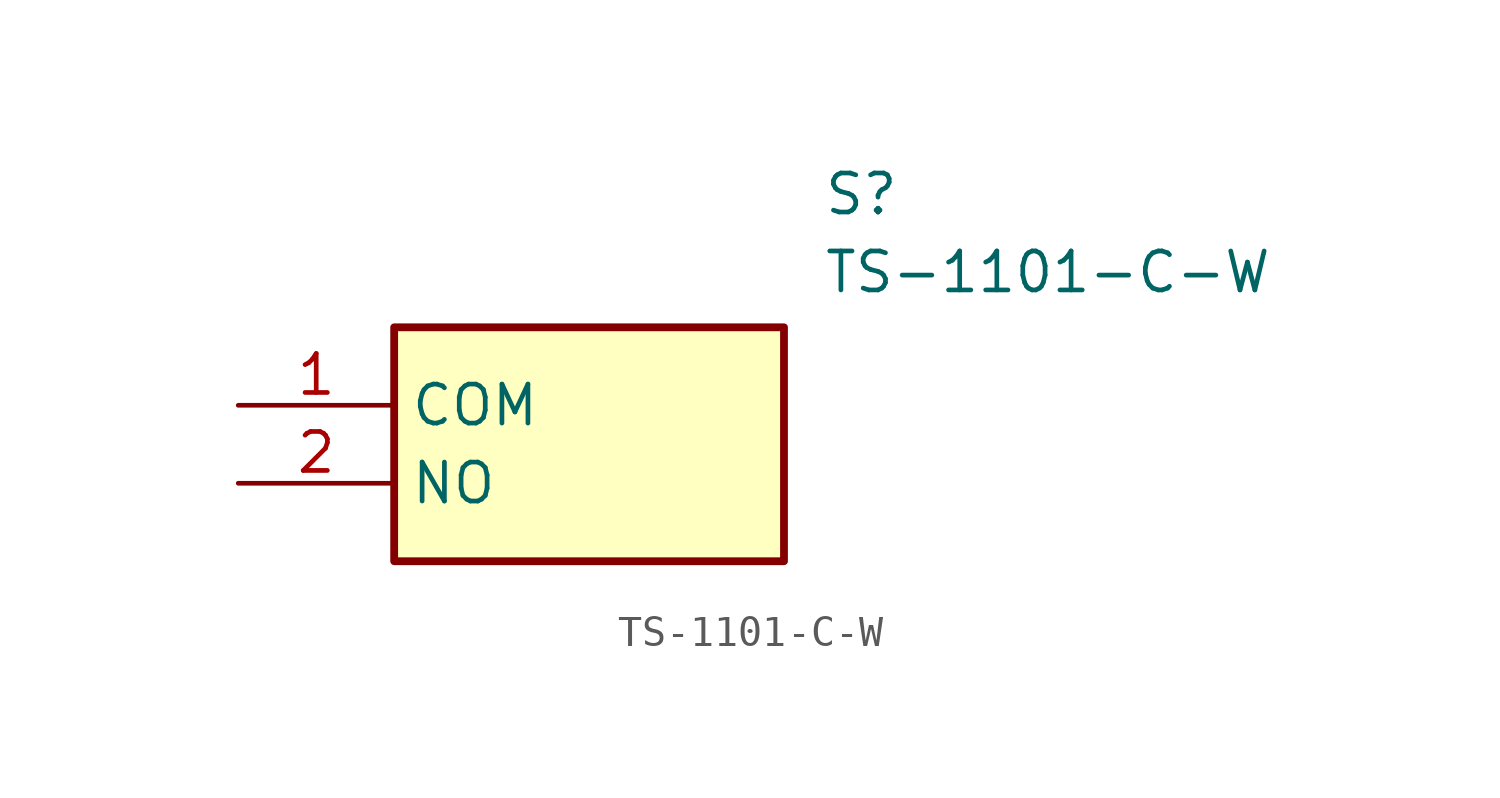
<source format=kicad_sym>
(kicad_symbol_lib
  (version 20211014)
  (generator SamacSys_ECAD_Model)
  (symbol "TS-1101-C-W"
    (property "Reference" "S"
      (at 19.05 7.62 0)
      (effects (font (size 1.27 1.27)) (justify left top)))
    (property "Value" "TS-1101-C-W"
      (at 19.05 5.08 0)
      (effects (font (size 1.27 1.27)) (justify left top)))
    (rectangle
      (start 5.08 2.54)
      (end 17.78 -5.08)
      (stroke (width 0.254) (type default))
      (fill (type background)))
    (pin passive line
      (at 0 0 0)
      (length 5.08)
      (name "COM" (effects (font (size 1.27 1.27))))
      (number "1" (effects (font (size 1.27 1.27)))))
    (pin passive line
      (at 0 -2.54 0)
      (length 5.08)
      (name "NO" (effects (font (size 1.27 1.27))))
      (number "2" (effects (font (size 1.27 1.27)))))))
</source>
